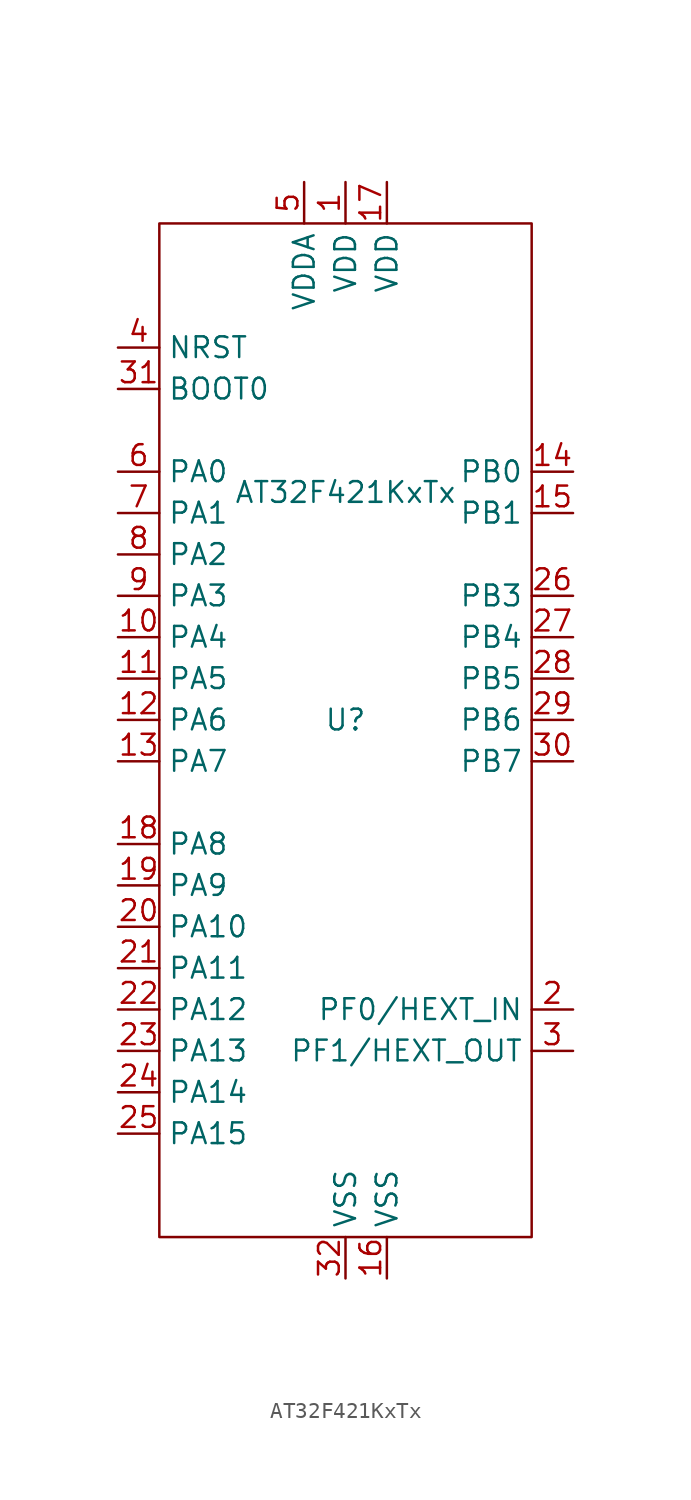
<source format=kicad_sym>
(kicad_symbol_lib
  (version 20231120)
  (generator "kicad_symbol_editor")
  (generator_version "8.0")
  (symbol "AT32F421KxTx"
    (property "Reference" "U"
      (at 0 0 0)
      (effects (font (size 1.27 1.27))))
    (property "Value" "AT32F421KxTx"
      (at 0 13.97 0)
      (effects (font (size 1.27 1.27))))
    (symbol "AT32F421KxTx_0_1"
      (rectangle (start -11.43 30.48) (end 11.43 -31.75) (stroke (width 0) (type default)) (fill (type none))))
    (symbol "AT32F421KxTx_1_1"
      (pin power_in line (at 0 33.02 270) (length 2.54) (name "VDD" (effects (font (size 1.27 1.27)))) (number "1" (effects (font (size 1.27 1.27)))))
      (pin bidirectional line (at -13.97 5.08 0) (length 2.54) (name "PA4" (effects (font (size 1.27 1.27)))) (number "10" (effects (font (size 1.27 1.27)))))
      (pin bidirectional line (at -13.97 2.54 0) (length 2.54) (name "PA5" (effects (font (size 1.27 1.27)))) (number "11" (effects (font (size 1.27 1.27)))))
      (pin bidirectional line (at -13.97 0 0) (length 2.54) (name "PA6" (effects (font (size 1.27 1.27)))) (number "12" (effects (font (size 1.27 1.27)))))
      (pin bidirectional line (at -13.97 -2.54 0) (length 2.54) (name "PA7" (effects (font (size 1.27 1.27)))) (number "13" (effects (font (size 1.27 1.27)))))
      (pin bidirectional line (at 13.97 15.24 180) (length 2.54) (name "PB0" (effects (font (size 1.27 1.27)))) (number "14" (effects (font (size 1.27 1.27)))))
      (pin bidirectional line (at 13.97 12.7 180) (length 2.54) (name "PB1" (effects (font (size 1.27 1.27)))) (number "15" (effects (font (size 1.27 1.27)))))
      (pin power_in line (at 2.54 -34.29 90) (length 2.54) (name "VSS" (effects (font (size 1.27 1.27)))) (number "16" (effects (font (size 1.27 1.27)))))
      (pin power_in line (at 2.54 33.02 270) (length 2.54) (name "VDD" (effects (font (size 1.27 1.27)))) (number "17" (effects (font (size 1.27 1.27)))))
      (pin bidirectional line (at -13.97 -7.62 0) (length 2.54) (name "PA8" (effects (font (size 1.27 1.27)))) (number "18" (effects (font (size 1.27 1.27)))))
      (pin bidirectional line (at -13.97 -10.16 0) (length 2.54) (name "PA9" (effects (font (size 1.27 1.27)))) (number "19" (effects (font (size 1.27 1.27)))))
      (pin bidirectional line (at 13.97 -17.78 180) (length 2.54) (name "PF0/HEXT_IN" (effects (font (size 1.27 1.27)))) (number "2" (effects (font (size 1.27 1.27)))))
      (pin bidirectional line (at -13.97 -12.7 0) (length 2.54) (name "PA10" (effects (font (size 1.27 1.27)))) (number "20" (effects (font (size 1.27 1.27)))))
      (pin bidirectional line (at -13.97 -15.24 0) (length 2.54) (name "PA11" (effects (font (size 1.27 1.27)))) (number "21" (effects (font (size 1.27 1.27)))))
      (pin bidirectional line (at -13.97 -17.78 0) (length 2.54) (name "PA12" (effects (font (size 1.27 1.27)))) (number "22" (effects (font (size 1.27 1.27)))))
      (pin bidirectional line (at -13.97 -20.32 0) (length 2.54) (name "PA13" (effects (font (size 1.27 1.27)))) (number "23" (effects (font (size 1.27 1.27)))))
      (pin bidirectional line (at -13.97 -22.86 0) (length 2.54) (name "PA14" (effects (font (size 1.27 1.27)))) (number "24" (effects (font (size 1.27 1.27)))))
      (pin bidirectional line (at -13.97 -25.4 0) (length 2.54) (name "PA15" (effects (font (size 1.27 1.27)))) (number "25" (effects (font (size 1.27 1.27)))))
      (pin bidirectional line (at 13.97 7.62 180) (length 2.54) (name "PB3" (effects (font (size 1.27 1.27)))) (number "26" (effects (font (size 1.27 1.27)))))
      (pin bidirectional line (at 13.97 5.08 180) (length 2.54) (name "PB4" (effects (font (size 1.27 1.27)))) (number "27" (effects (font (size 1.27 1.27)))))
      (pin bidirectional line (at 13.97 2.54 180) (length 2.54) (name "PB5" (effects (font (size 1.27 1.27)))) (number "28" (effects (font (size 1.27 1.27)))))
      (pin bidirectional line (at 13.97 0 180) (length 2.54) (name "PB6" (effects (font (size 1.27 1.27)))) (number "29" (effects (font (size 1.27 1.27)))))
      (pin bidirectional line (at 13.97 -20.32 180) (length 2.54) (name "PF1/HEXT_OUT" (effects (font (size 1.27 1.27)))) (number "3" (effects (font (size 1.27 1.27)))))
      (pin bidirectional line (at 13.97 -2.54 180) (length 2.54) (name "PB7" (effects (font (size 1.27 1.27)))) (number "30" (effects (font (size 1.27 1.27)))))
      (pin input line (at -13.97 20.32 0) (length 2.54) (name "BOOT0" (effects (font (size 1.27 1.27)))) (number "31" (effects (font (size 1.27 1.27)))))
      (pin power_in line (at 0 -34.29 90) (length 2.54) (name "VSS" (effects (font (size 1.27 1.27)))) (number "32" (effects (font (size 1.27 1.27)))))
      (pin input line (at -13.97 22.86 0) (length 2.54) (name "NRST" (effects (font (size 1.27 1.27)))) (number "4" (effects (font (size 1.27 1.27)))))
      (pin power_in line (at -2.54 33.02 270) (length 2.54) (name "VDDA" (effects (font (size 1.27 1.27)))) (number "5" (effects (font (size 1.27 1.27)))))
      (pin bidirectional line (at -13.97 15.24 0) (length 2.54) (name "PA0" (effects (font (size 1.27 1.27)))) (number "6" (effects (font (size 1.27 1.27)))))
      (pin bidirectional line (at -13.97 12.7 0) (length 2.54) (name "PA1" (effects (font (size 1.27 1.27)))) (number "7" (effects (font (size 1.27 1.27)))))
      (pin bidirectional line (at -13.97 10.16 0) (length 2.54) (name "PA2" (effects (font (size 1.27 1.27)))) (number "8" (effects (font (size 1.27 1.27)))))
      (pin bidirectional line (at -13.97 7.62 0) (length 2.54) (name "PA3" (effects (font (size 1.27 1.27)))) (number "9" (effects (font (size 1.27 1.27))))))))
</source>
